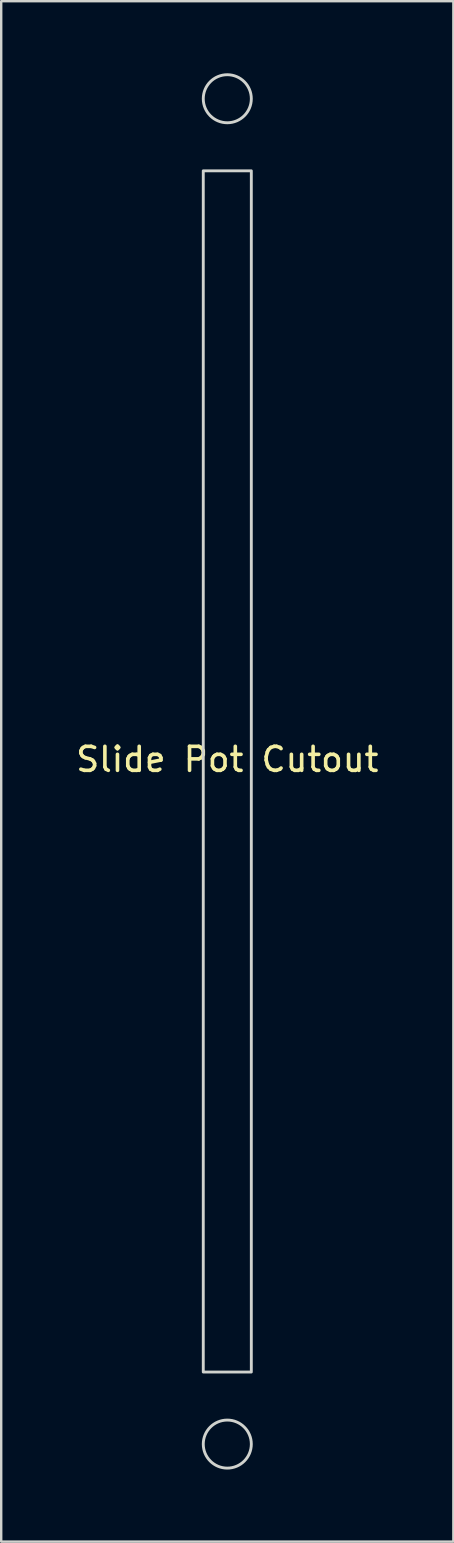
<source format=kicad_pcb>
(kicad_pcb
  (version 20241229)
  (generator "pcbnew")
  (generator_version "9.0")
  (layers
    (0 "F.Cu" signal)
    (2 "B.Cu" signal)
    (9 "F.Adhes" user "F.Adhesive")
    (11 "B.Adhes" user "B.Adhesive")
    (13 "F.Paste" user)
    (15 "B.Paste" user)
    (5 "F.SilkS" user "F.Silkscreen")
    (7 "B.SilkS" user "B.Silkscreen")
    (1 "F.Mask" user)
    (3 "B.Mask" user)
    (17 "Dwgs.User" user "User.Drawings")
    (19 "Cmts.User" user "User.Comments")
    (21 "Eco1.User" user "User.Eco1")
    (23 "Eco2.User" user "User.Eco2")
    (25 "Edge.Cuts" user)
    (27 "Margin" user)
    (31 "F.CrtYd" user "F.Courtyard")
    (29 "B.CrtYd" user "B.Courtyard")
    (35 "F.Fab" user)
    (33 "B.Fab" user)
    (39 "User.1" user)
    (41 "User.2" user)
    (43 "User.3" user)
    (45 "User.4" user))
  (footprint "Slide Pot Cutout"
    (layer "F.Cu")
    (at 6.411 29.06)
    (property "Reference" "Slide Pot Cutout" (at 0 -0.5 0) (unlocked yes) (layer "F.SilkS") (effects (font (size 1 1) (thickness 0.15))))
    (fp_rect (start -1 25) (end 1 -25) (stroke (width 0.12) (type solid)) (fill no) (layer "Edge.Cuts"))
    (fp_circle (center 0 -28) (end 1 -28) (stroke (width 0.12) (type solid)) (fill no) (layer "Edge.Cuts"))
    (fp_circle (center 0 28) (end 1 28) (stroke (width 0.12) (type solid)) (fill no) (layer "Edge.Cuts")))
  (gr_rect
    (start -3 -3)
    (end 15.821 61.12)
    (stroke (width 0.1) (type default))
    (fill no)
    (layer "Edge.Cuts")))
</source>
